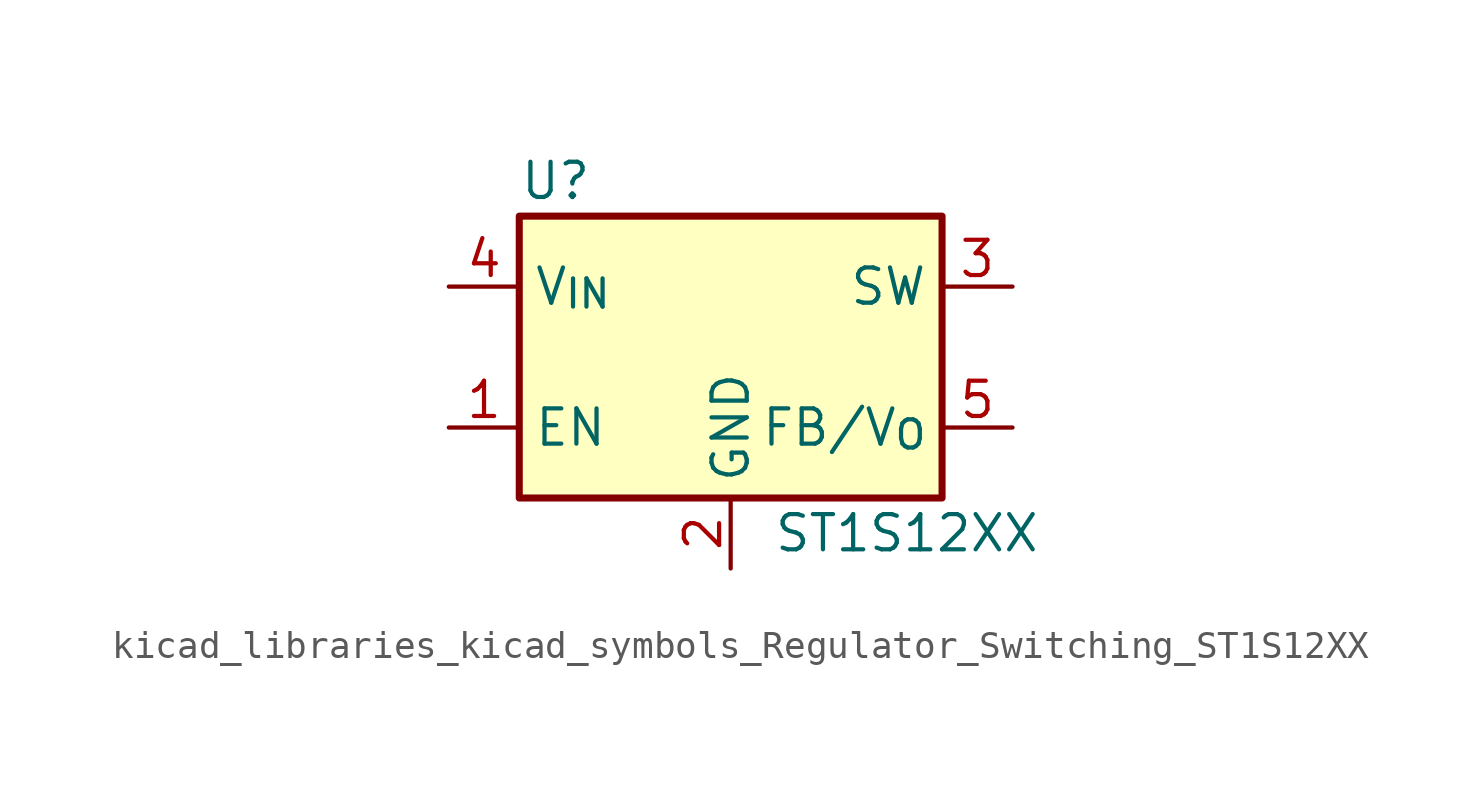
<source format=kicad_sym>
(kicad_symbol_lib
  (version 20220914)
  (generator kicad_symbol_editor)
  (symbol "kicad_libraries_kicad_symbols_Regulator_Switching_ST1S12XX"
    (property "Reference" "U"
      (at -7.62 6.35 0)
      (effects (font (size 1.27 1.27)) (justify left)))
    (property "Value" "ST1S12XX"
      (at 6.35 -6.35 0)
      (effects (font (size 1.27 1.27))))
    (symbol "kicad_libraries_kicad_symbols_Regulator_Switching_ST1S12XX_0_1"
      (rectangle (start 7.62 -5.08) (end -7.62 5.08) (stroke (width 0.254) (type default)) (fill (type background))))
    (symbol "kicad_libraries_kicad_symbols_Regulator_Switching_ST1S12XX_1_1"
      (pin input line (at -10.16 -2.54 0) (length 2.54) (name "EN" (effects (font (size 1.27 1.27)))) (number "1" (effects (font (size 1.27 1.27)))))
      (pin power_in line (at 0 -7.62 90) (length 2.54) (name "GND" (effects (font (size 1.27 1.27)))) (number "2" (effects (font (size 1.27 1.27)))))
      (pin output line (at 10.16 2.54 180) (length 2.54) (name "SW" (effects (font (size 1.27 1.27)))) (number "3" (effects (font (size 1.27 1.27)))))
      (pin input line (at -10.16 2.54 0) (length 2.54) (name "V_{IN}" (effects (font (size 1.27 1.27)))) (number "4" (effects (font (size 1.27 1.27)))))
      (pin input line (at 10.16 -2.54 180) (length 2.54) (name "FB/V_{O}" (effects (font (size 1.27 1.27)))) (number "5" (effects (font (size 1.27 1.27))))))))
</source>
